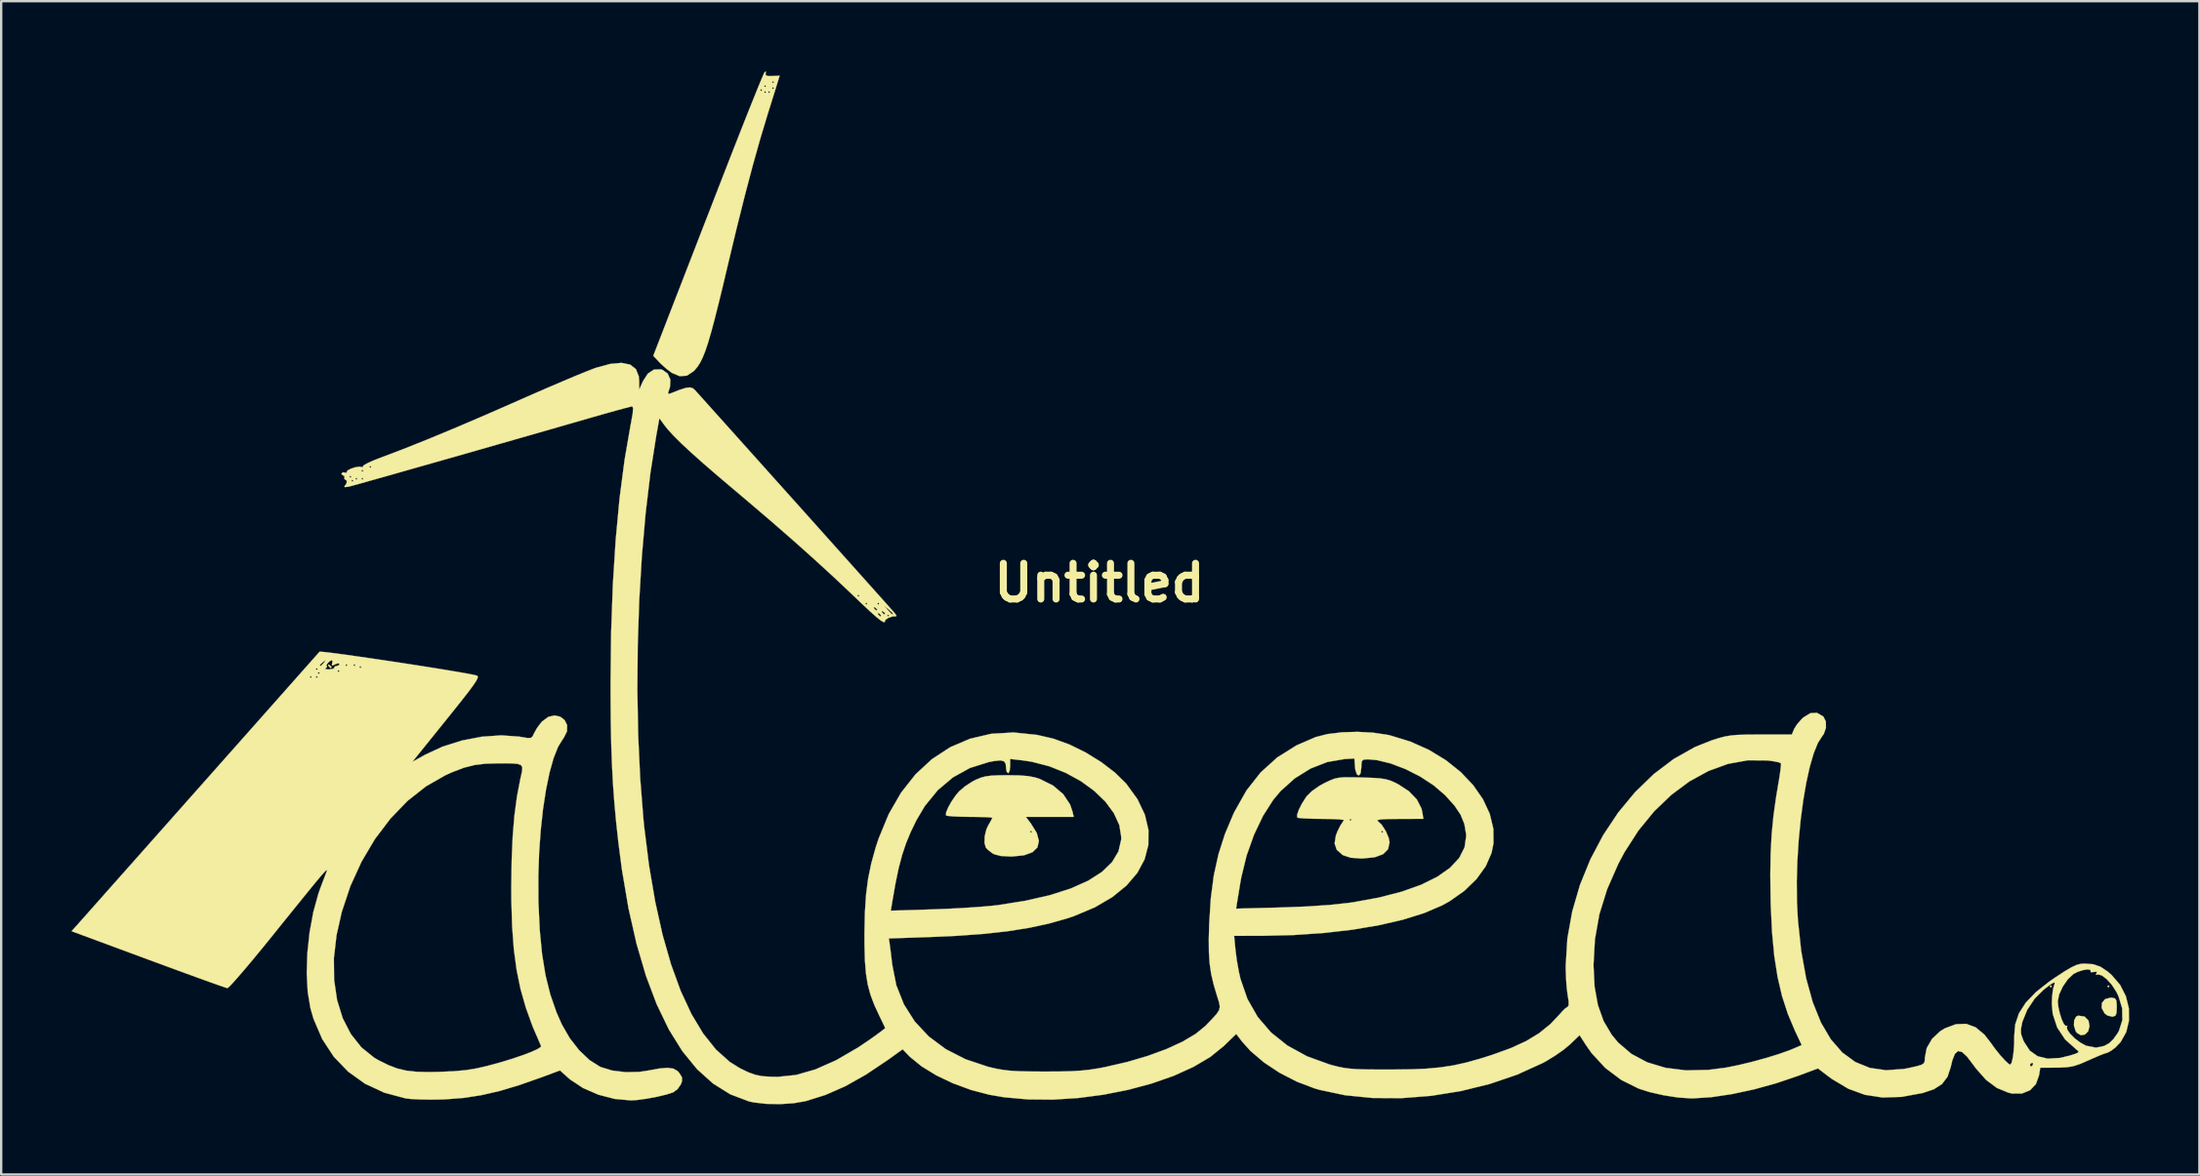
<source format=kicad_pcb>
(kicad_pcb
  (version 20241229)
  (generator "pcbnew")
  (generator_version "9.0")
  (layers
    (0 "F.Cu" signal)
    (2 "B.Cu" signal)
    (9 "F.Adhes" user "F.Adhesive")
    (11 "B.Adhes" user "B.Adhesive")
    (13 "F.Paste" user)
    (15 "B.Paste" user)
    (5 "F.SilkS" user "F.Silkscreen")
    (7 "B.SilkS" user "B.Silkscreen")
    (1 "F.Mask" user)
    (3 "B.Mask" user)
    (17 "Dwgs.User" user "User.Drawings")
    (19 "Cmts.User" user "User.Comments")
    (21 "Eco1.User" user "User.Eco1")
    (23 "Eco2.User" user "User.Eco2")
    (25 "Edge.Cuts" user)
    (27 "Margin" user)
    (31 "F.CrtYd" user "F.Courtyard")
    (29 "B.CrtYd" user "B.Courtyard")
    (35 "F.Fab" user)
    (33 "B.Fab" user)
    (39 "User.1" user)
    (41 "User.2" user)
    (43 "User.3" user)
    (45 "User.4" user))
  (footprint "Untitled"
    (layer "F.Cu")
    (at 43.865 21.835)
    (property "Reference" "Untitled" (at 0 0 0) (layer "F.SilkS") (effects (font (size 1.524 1.524) (thickness 0.3))))
    (attr through_hole)
    (fp_poly (pts (xy 40.64 17.23) (xy 40.598 17.272) (xy 40.555 17.23) (xy 40.598 17.187) (xy 40.64 17.23)) (stroke (width 0.01) (type solid)) (fill yes) (layer "F.SilkS"))
    (fp_poly (pts (xy 43.095 17.23) (xy 43.053 17.272) (xy 43.011 17.23) (xy 43.053 17.187) (xy 43.095 17.23)) (stroke (width 0.01) (type solid)) (fill yes) (layer "F.SilkS"))
    (fp_poly (pts (xy -32.864 3.506) (xy -32.774 3.584) (xy -32.766 3.603) (xy -32.806 3.638) (xy -32.89 3.56) (xy -32.901 3.543) (xy -32.911 3.485) (xy -32.864 3.506)) (stroke (width 0.01) (type solid)) (fill yes) (layer "F.SilkS"))
    (fp_poly (pts (xy 42.043 18.521) (xy 42.206 18.69) (xy 42.249 18.917) (xy 42.192 19.148) (xy 42.051 19.286) (xy 41.874 19.313) (xy 41.708 19.212) (xy 41.657 19.137) (xy 41.584 18.904) (xy 41.594 18.679) (xy 41.677 18.521) (xy 41.771 18.478) (xy 42.043 18.521)) (stroke (width 0.01) (type solid)) (fill yes) (layer "F.SilkS"))
    (fp_poly (pts (xy 43.199 17.713) (xy 43.329 17.74) (xy 43.392 17.826) (xy 43.411 18.016) (xy 43.411 18.119) (xy 43.401 18.36) (xy 43.356 18.478) (xy 43.254 18.519) (xy 43.222 18.523) (xy 43.019 18.475) (xy 42.895 18.385) (xy 42.766 18.151) (xy 42.779 17.933) (xy 42.915 17.772) (xy 43.155 17.711) (xy 43.199 17.713)) (stroke (width 0.01) (type solid)) (fill yes) (layer "F.SilkS"))
    (fp_poly (pts (xy -3.424 8.221) (xy -3.055 8.249) (xy -2.764 8.303) (xy -2.536 8.376) (xy -1.976 8.657) (xy -1.545 9.023) (xy -1.255 9.459) (xy -1.152 9.758) (xy -1.097 9.991) (xy -3.141 9.991) (xy -2.926 10.273) (xy -2.676 10.676) (xy -2.583 11.018) (xy -2.645 11.295) (xy -2.857 11.501) (xy -3.217 11.632) (xy -3.723 11.683) (xy -3.787 11.684) (xy -4.2 11.662) (xy -4.48 11.592) (xy -4.574 11.541) (xy -4.747 11.408) (xy -4.846 11.308) (xy -4.905 11.105) (xy -4.895 10.82) (xy -4.848 10.626) (xy -2.963 10.626) (xy -2.921 10.668) (xy -2.879 10.626) (xy -2.921 10.583) (xy -2.963 10.626) (xy -4.848 10.626) (xy -4.823 10.523) (xy -4.741 10.348) (xy -4.632 10.16) (xy -4.575 10.043) (xy -4.572 10.031) (xy -4.651 10.015) (xy -4.866 10.002) (xy -5.183 9.994) (xy -5.541 9.991) (xy -5.928 9.985) (xy -6.249 9.971) (xy -6.468 9.95) (xy -6.549 9.927) (xy -6.541 9.801) (xy -6.453 9.587) (xy -6.309 9.33) (xy -6.132 9.073) (xy -5.988 8.903) (xy -5.743 8.693) (xy -5.436 8.491) (xy -5.292 8.415) (xy -5.077 8.324) (xy -4.866 8.265) (xy -4.611 8.231) (xy -4.267 8.216) (xy -3.917 8.213) (xy -3.424 8.221)) (stroke (width 0.01) (type solid)) (fill yes) (layer "F.SilkS"))
    (fp_poly (pts (xy 11.195 8.311) (xy 11.647 8.326) (xy 11.972 8.348) (xy 12.214 8.385) (xy 12.416 8.443) (xy 12.619 8.532) (xy 12.741 8.594) (xy 13.204 8.895) (xy 13.545 9.249) (xy 13.742 9.634) (xy 13.772 9.764) (xy 13.823 10.075) (xy 12.775 10.078) (xy 12.31 10.084) (xy 12.009 10.1) (xy 11.865 10.127) (xy 11.868 10.163) (xy 12.051 10.336) (xy 12.223 10.605) (xy 12.345 10.896) (xy 12.38 11.083) (xy 12.315 11.375) (xy 12.102 11.586) (xy 11.741 11.717) (xy 11.23 11.768) (xy 11.149 11.768) (xy 10.722 11.736) (xy 10.412 11.635) (xy 10.362 11.607) (xy 10.125 11.396) (xy 10.035 11.13) (xy 10.088 10.791) (xy 10.152 10.626) (xy 12.023 10.626) (xy 12.065 10.668) (xy 12.107 10.626) (xy 12.065 10.583) (xy 12.023 10.626) (xy 10.152 10.626) (xy 10.161 10.604) (xy 10.281 10.363) (xy 10.393 10.189) (xy 10.438 10.143) (xy 10.4 10.118) (xy 10.396 10.118) (xy 10.668 10.118) (xy 10.71 10.16) (xy 10.753 10.118) (xy 10.71 10.075) (xy 10.668 10.118) (xy 10.396 10.118) (xy 10.221 10.097) (xy 9.929 10.083) (xy 9.552 10.077) (xy 9.518 10.077) (xy 9.118 10.072) (xy 8.782 10.06) (xy 8.545 10.043) (xy 8.442 10.023) (xy 8.442 10.022) (xy 8.434 9.907) (xy 8.505 9.698) (xy 8.634 9.438) (xy 8.802 9.171) (xy 8.853 9.102) (xy 9.069 8.89) (xy 9.381 8.671) (xy 9.61 8.545) (xy 9.838 8.436) (xy 10.026 8.363) (xy 10.215 8.321) (xy 10.449 8.302) (xy 10.769 8.301) (xy 11.195 8.311)) (stroke (width 0.01) (type solid)) (fill yes) (layer "F.SilkS"))
    (fp_poly (pts (xy -14.245 -21.755) (xy -14.241 -21.67) (xy -14.128 -21.637) (xy -13.968 -21.638) (xy -13.646 -21.652) (xy -13.754 -21.304) (xy -13.822 -21.082) (xy -13.927 -20.747) (xy -14.052 -20.346) (xy -14.166 -19.981) (xy -14.475 -18.955) (xy -14.796 -17.811) (xy -15.132 -16.536) (xy -15.487 -15.118) (xy -15.833 -13.674) (xy -16.059 -12.718) (xy -16.255 -11.913) (xy -16.424 -11.244) (xy -16.571 -10.695) (xy -16.701 -10.251) (xy -16.819 -9.898) (xy -16.93 -9.62) (xy -17.038 -9.402) (xy -17.149 -9.23) (xy -17.266 -9.088) (xy -17.315 -9.038) (xy -17.599 -8.848) (xy -17.906 -8.823) (xy -18.244 -8.964) (xy -18.246 -8.965) (xy -18.468 -9.131) (xy -18.709 -9.348) (xy -18.769 -9.409) (xy -19.038 -9.694) (xy -18.53 -11.007) (xy -18.404 -11.332) (xy -18.224 -11.796) (xy -17.998 -12.379) (xy -17.733 -13.062) (xy -17.437 -13.825) (xy -17.117 -14.651) (xy -16.781 -15.518) (xy -16.435 -16.408) (xy -16.199 -17.018) (xy -15.869 -17.866) (xy -15.555 -18.669) (xy -15.264 -19.41) (xy -15 -20.077) (xy -14.768 -20.656) (xy -14.647 -20.955) (xy -14.309 -20.955) (xy -14.266 -20.913) (xy -14.224 -20.955) (xy -14.139 -20.955) (xy -14.097 -20.913) (xy -14.055 -20.955) (xy -14.097 -20.997) (xy -14.139 -20.955) (xy -14.224 -20.955) (xy -14.266 -20.997) (xy -14.309 -20.955) (xy -14.647 -20.955) (xy -14.613 -21.04) (xy -14.478 -21.04) (xy -14.436 -20.997) (xy -14.393 -21.04) (xy -14.436 -21.082) (xy -14.478 -21.04) (xy -14.613 -21.04) (xy -14.579 -21.124) (xy -13.97 -21.124) (xy -13.928 -21.082) (xy -13.885 -21.124) (xy -13.928 -21.167) (xy -13.97 -21.124) (xy -14.579 -21.124) (xy -14.576 -21.131) (xy -14.544 -21.209) (xy -14.309 -21.209) (xy -14.266 -21.167) (xy -14.224 -21.209) (xy -14.266 -21.251) (xy -14.309 -21.209) (xy -14.544 -21.209) (xy -14.474 -21.378) (xy -13.97 -21.378) (xy -13.928 -21.336) (xy -13.885 -21.378) (xy -13.928 -21.421) (xy -13.97 -21.378) (xy -14.474 -21.378) (xy -14.428 -21.49) (xy -14.33 -21.719) (xy -14.288 -21.802) (xy -14.23 -21.83) (xy -14.245 -21.755)) (stroke (width 0.01) (type solid)) (fill yes) (layer "F.SilkS"))
    (fp_poly (pts (xy -33.188 2.942) (xy -32.951 2.967) (xy -32.591 3.012) (xy -32.129 3.074) (xy -31.588 3.151) (xy -30.988 3.238) (xy -30.351 3.333) (xy -29.7 3.431) (xy -29.056 3.531) (xy -28.441 3.628) (xy -27.877 3.72) (xy -27.385 3.802) (xy -26.988 3.872) (xy -26.706 3.926) (xy -26.562 3.961) (xy -26.558 3.963) (xy -26.526 3.998) (xy -26.537 4.072) (xy -26.602 4.198) (xy -26.731 4.39) (xy -26.933 4.662) (xy -27.219 5.028) (xy -27.597 5.503) (xy -27.863 5.834) (xy -29.321 7.643) (xy -28.779 7.341) (xy -28.03 6.993) (xy -27.208 6.733) (xy -26.359 6.57) (xy -25.529 6.511) (xy -24.762 6.565) (xy -24.664 6.582) (xy -24.407 6.625) (xy -24.265 6.621) (xy -24.186 6.553) (xy -24.123 6.419) (xy -23.995 6.19) (xy -23.814 5.952) (xy -23.788 5.923) (xy -23.519 5.723) (xy -23.25 5.661) (xy -23.008 5.715) (xy -22.82 5.861) (xy -22.715 6.076) (xy -22.72 6.338) (xy -22.862 6.624) (xy -22.894 6.664) (xy -23.102 7.001) (xy -23.294 7.488) (xy -23.467 8.106) (xy -23.617 8.836) (xy -23.743 9.658) (xy -23.841 10.555) (xy -23.909 11.508) (xy -23.943 12.496) (xy -23.941 13.502) (xy -23.938 13.659) (xy -23.884 14.822) (xy -23.785 15.845) (xy -23.637 16.754) (xy -23.434 17.573) (xy -23.173 18.328) (xy -22.939 18.857) (xy -22.603 19.441) (xy -22.2 19.958) (xy -21.76 20.375) (xy -21.312 20.659) (xy -21.279 20.674) (xy -20.793 20.822) (xy -20.22 20.892) (xy -19.625 20.879) (xy -19.262 20.824) (xy -18.782 20.736) (xy -18.433 20.707) (xy -18.186 20.74) (xy -18.01 20.837) (xy -17.926 20.928) (xy -17.815 21.111) (xy -17.811 21.272) (xy -17.859 21.408) (xy -18.004 21.618) (xy -18.189 21.753) (xy -18.488 21.849) (xy -18.888 21.944) (xy -19.324 22.025) (xy -19.729 22.08) (xy -19.991 22.097) (xy -20.686 22.034) (xy -21.383 21.853) (xy -22.032 21.571) (xy -22.583 21.207) (xy -22.675 21.128) (xy -23.019 20.817) (xy -23.808 21.111) (xy -24.755 21.444) (xy -25.599 21.696) (xy -26.378 21.875) (xy -27.133 21.991) (xy -27.903 22.051) (xy -28.109 22.059) (xy -28.565 22.064) (xy -29.005 22.056) (xy -29.377 22.037) (xy -29.612 22.01) (xy -30.523 21.766) (xy -31.342 21.383) (xy -32.061 20.868) (xy -32.673 20.23) (xy -33.167 19.476) (xy -33.536 18.615) (xy -33.668 18.159) (xy -33.784 17.465) (xy -33.826 16.664) (xy -33.806 16.027) (xy -32.668 16.027) (xy -32.658 16.952) (xy -32.532 17.809) (xy -32.293 18.584) (xy -31.945 19.262) (xy -31.495 19.831) (xy -30.946 20.275) (xy -30.752 20.388) (xy -30.34 20.592) (xy -29.962 20.735) (xy -29.576 20.827) (xy -29.137 20.875) (xy -28.604 20.887) (xy -28.152 20.878) (xy -27.542 20.852) (xy -27.04 20.806) (xy -26.588 20.733) (xy -26.126 20.627) (xy -26.12 20.625) (xy -25.587 20.48) (xy -25.083 20.327) (xy -24.633 20.175) (xy -24.261 20.035) (xy -23.989 19.913) (xy -23.843 19.82) (xy -23.826 19.779) (xy -24.185 18.944) (xy -24.475 18.142) (xy -24.703 17.342) (xy -24.872 16.514) (xy -24.99 15.627) (xy -25.062 14.649) (xy -25.094 13.55) (xy -25.097 12.996) (xy -25.081 11.839) (xy -25.037 10.823) (xy -24.962 9.922) (xy -24.853 9.111) (xy -24.709 8.363) (xy -24.69 8.28) (xy -24.637 8.042) (xy -24.626 7.881) (xy -24.682 7.781) (xy -24.827 7.729) (xy -25.086 7.708) (xy -25.484 7.705) (xy -25.623 7.705) (xy -26.198 7.721) (xy -26.678 7.78) (xy -27.13 7.896) (xy -27.621 8.085) (xy -27.898 8.209) (xy -28.737 8.687) (xy -29.528 9.312) (xy -30.257 10.069) (xy -30.915 10.938) (xy -31.487 11.903) (xy -31.964 12.948) (xy -32.332 14.053) (xy -32.555 15.046) (xy -32.668 16.027) (xy -33.806 16.027) (xy -33.798 15.8) (xy -33.703 14.917) (xy -33.545 14.058) (xy -33.327 13.266) (xy -33.231 12.996) (xy -33.119 12.702) (xy -33.024 12.45) (xy -32.975 12.319) (xy -32.962 12.271) (xy -32.975 12.26) (xy -33.021 12.296) (xy -33.109 12.389) (xy -33.248 12.549) (xy -33.446 12.786) (xy -33.711 13.11) (xy -34.053 13.531) (xy -34.48 14.059) (xy -35 14.704) (xy -35.292 15.068) (xy -35.722 15.598) (xy -36.122 16.083) (xy -36.479 16.508) (xy -36.78 16.857) (xy -37.011 17.116) (xy -37.161 17.268) (xy -37.212 17.304) (xy -37.314 17.273) (xy -37.557 17.189) (xy -37.924 17.059) (xy -38.398 16.888) (xy -38.961 16.683) (xy -39.596 16.451) (xy -40.286 16.196) (xy -40.593 16.083) (xy -43.86 14.873) (xy -43.702 14.697) (xy -43.63 14.616) (xy -43.456 14.42) (xy -43.189 14.119) (xy -42.839 13.724) (xy -42.415 13.246) (xy -41.927 12.696) (xy -41.386 12.086) (xy -40.8 11.425) (xy -40.179 10.725) (xy -39.533 9.996) (xy -38.872 9.251) (xy -38.205 8.499) (xy -37.543 7.752) (xy -36.894 7.021) (xy -36.269 6.316) (xy -35.677 5.648) (xy -35.128 5.029) (xy -34.632 4.469) (xy -34.235 4.022) (xy -33.697 4.022) (xy -33.655 4.064) (xy -33.613 4.022) (xy -33.443 4.022) (xy -33.401 4.064) (xy -33.359 4.022) (xy -33.401 3.979) (xy -33.443 4.022) (xy -33.613 4.022) (xy -33.655 3.979) (xy -33.697 4.022) (xy -34.235 4.022) (xy -34.199 3.98) (xy -34.085 3.852) (xy -33.359 3.852) (xy -33.316 3.895) (xy -33.274 3.852) (xy -33.316 3.81) (xy -33.359 3.852) (xy -34.085 3.852) (xy -34.01 3.768) (xy -32.512 3.768) (xy -32.47 3.81) (xy -32.427 3.768) (xy -32.47 3.725) (xy -32.512 3.768) (xy -34.01 3.768) (xy -33.935 3.683) (xy -33.443 3.683) (xy -33.401 3.725) (xy -33.359 3.683) (xy -33.041 3.683) (xy -32.912 3.697) (xy -32.869 3.696) (xy -32.702 3.671) (xy -32.65 3.624) (xy -32.651 3.621) (xy -32.639 3.598) (xy -31.581 3.598) (xy -31.538 3.641) (xy -31.496 3.598) (xy -31.538 3.556) (xy -31.581 3.598) (xy -32.639 3.598) (xy -32.621 3.565) (xy -32.559 3.556) (xy -32.452 3.514) (xy -32.173 3.514) (xy -32.131 3.556) (xy -32.089 3.514) (xy -31.835 3.514) (xy -31.792 3.556) (xy -31.75 3.514) (xy -31.792 3.471) (xy -31.835 3.514) (xy -32.089 3.514) (xy -32.131 3.471) (xy -32.173 3.514) (xy -32.452 3.514) (xy -32.444 3.51) (xy -32.427 3.468) (xy -32.487 3.429) (xy -32.61 3.478) (xy -32.738 3.534) (xy -32.756 3.488) (xy -32.739 3.439) (xy -32.728 3.324) (xy -32.758 3.302) (xy -32.851 3.347) (xy -32.945 3.443) (xy -32.991 3.531) (xy -32.967 3.557) (xy -32.959 3.593) (xy -33.01 3.633) (xy -33.041 3.683) (xy -33.359 3.683) (xy -33.359 3.683) (xy -33.401 3.641) (xy -33.443 3.683) (xy -33.935 3.683) (xy -33.837 3.572) (xy -33.794 3.524) (xy -33.274 3.524) (xy -33.233 3.549) (xy -33.12 3.441) (xy -33.094 3.408) (xy -33.021 3.308) (xy -33.064 3.329) (xy -33.126 3.376) (xy -33.243 3.48) (xy -33.274 3.524) (xy -33.794 3.524) (xy -33.557 3.256) (xy -33.369 3.043) (xy -33.281 2.945) (xy -33.279 2.942) (xy -33.188 2.942)) (stroke (width 0.01) (type solid)) (fill yes) (layer "F.SilkS"))
    (fp_poly (pts (xy -20.026 -9.318) (xy -19.781 -9.127) (xy -19.657 -8.818) (xy -19.641 -8.619) (xy -19.639 -8.255) (xy -19.476 -8.615) (xy -19.268 -8.936) (xy -19.011 -9.105) (xy -18.717 -9.115) (xy -18.646 -9.094) (xy -18.423 -8.935) (xy -18.31 -8.68) (xy -18.324 -8.372) (xy -18.351 -8.287) (xy -18.407 -8.116) (xy -18.387 -8.064) (xy -18.305 -8.087) (xy -17.918 -8.239) (xy -17.653 -8.323) (xy -17.475 -8.345) (xy -17.353 -8.31) (xy -17.275 -8.245) (xy -17.196 -8.159) (xy -17.016 -7.959) (xy -16.745 -7.657) (xy -16.394 -7.265) (xy -15.973 -6.797) (xy -15.494 -6.262) (xy -14.968 -5.675) (xy -14.405 -5.047) (xy -13.817 -4.39) (xy -13.213 -3.716) (xy -12.606 -3.038) (xy -12.006 -2.368) (xy -11.425 -1.718) (xy -10.872 -1.1) (xy -10.358 -0.526) (xy -9.896 -0.009) (xy -9.495 0.44) (xy -9.167 0.807) (xy -8.923 1.082) (xy -8.772 1.251) (xy -8.731 1.297) (xy -8.66 1.404) (xy -8.681 1.429) (xy -8.831 1.435) (xy -9.006 1.495) (xy -9.128 1.578) (xy -9.144 1.614) (xy -9.162 1.674) (xy -9.223 1.672) (xy -9.343 1.6) (xy -9.533 1.445) (xy -9.702 1.294) (xy -9.469 1.294) (xy -9.448 1.342) (xy -9.363 1.432) (xy -9.314 1.414) (xy -9.313 1.402) (xy -9.318 1.397) (xy -9.059 1.397) (xy -9.017 1.439) (xy -8.975 1.397) (xy -9.017 1.355) (xy -9.059 1.397) (xy -9.318 1.397) (xy -9.373 1.33) (xy -9.411 1.304) (xy -9.469 1.294) (xy -9.702 1.294) (xy -9.796 1.21) (xy -9.3 1.21) (xy -9.279 1.257) (xy -9.194 1.348) (xy -9.145 1.329) (xy -9.144 1.317) (xy -9.204 1.246) (xy -9.242 1.22) (xy -9.3 1.21) (xy -9.796 1.21) (xy -9.808 1.199) (xy -9.977 1.04) (xy -9.638 1.04) (xy -9.618 1.088) (xy -9.533 1.178) (xy -9.483 1.16) (xy -9.483 1.148) (xy -9.543 1.076) (xy -9.58 1.05) (xy -9.638 1.04) (xy -9.977 1.04) (xy -10.048 0.974) (xy -9.186 0.974) (xy -9.025 1.164) (xy -8.875 1.324) (xy -8.81 1.347) (xy -8.805 1.325) (xy -8.862 1.256) (xy -8.996 1.135) (xy -9.186 0.974) (xy -10.048 0.974) (xy -10.139 0.889) (xy -9.991 0.889) (xy -9.948 0.931) (xy -9.906 0.889) (xy -9.483 0.889) (xy -9.44 0.931) (xy -9.398 0.889) (xy -9.44 0.847) (xy -9.483 0.889) (xy -9.906 0.889) (xy -9.948 0.847) (xy -9.991 0.889) (xy -10.139 0.889) (xy -10.181 0.85) (xy -10.472 0.572) (xy -10.495 0.55) (xy -10.329 0.55) (xy -10.287 0.593) (xy -10.245 0.55) (xy -10.287 0.508) (xy -10.329 0.55) (xy -10.495 0.55) (xy -11.295 -0.206) (xy -12.138 -0.98) (xy -13.027 -1.775) (xy -13.989 -2.614) (xy -15.05 -3.52) (xy -15.494 -3.895) (xy -16.26 -4.544) (xy -16.901 -5.098) (xy -17.428 -5.568) (xy -17.851 -5.961) (xy -18.178 -6.287) (xy -18.421 -6.554) (xy -18.545 -6.71) (xy -18.778 -7.028) (xy -18.911 -6.287) (xy -19.161 -4.696) (xy -19.366 -2.974) (xy -19.525 -1.152) (xy -19.638 0.737) (xy -19.702 2.66) (xy -19.718 4.586) (xy -19.684 6.483) (xy -19.599 8.318) (xy -19.462 10.059) (xy -19.427 10.414) (xy -19.218 12.079) (xy -18.956 13.617) (xy -18.643 15.023) (xy -18.28 16.293) (xy -17.869 17.423) (xy -17.411 18.407) (xy -16.909 19.243) (xy -16.365 19.925) (xy -15.779 20.45) (xy -15.351 20.718) (xy -14.993 20.893) (xy -14.69 21.004) (xy -14.38 21.065) (xy -14.001 21.088) (xy -13.707 21.091) (xy -12.944 21.011) (xy -12.121 20.775) (xy -11.24 20.384) (xy -10.302 19.84) (xy -9.807 19.506) (xy -9.523 19.303) (xy -9.299 19.138) (xy -9.167 19.034) (xy -9.144 19.011) (xy -9.179 18.927) (xy -9.27 18.733) (xy -9.396 18.475) (xy -9.608 18.018) (xy -9.769 17.59) (xy -9.885 17.158) (xy -9.962 16.684) (xy -10.007 16.135) (xy -10.025 15.474) (xy -10.027 14.986) (xy -10.009 14.091) (xy -10.003 13.997) (xy -8.903 13.997) (xy -7.097 13.941) (xy -6.487 13.917) (xy -5.864 13.885) (xy -5.275 13.847) (xy -4.764 13.806) (xy -4.375 13.766) (xy -4.36 13.764) (xy -3.172 13.576) (xy -2.129 13.339) (xy -1.234 13.054) (xy -0.489 12.722) (xy 0.102 12.346) (xy 0.537 11.926) (xy 0.813 11.465) (xy 0.928 10.963) (xy 0.931 10.857) (xy 0.85 10.345) (xy 0.618 9.836) (xy 0.255 9.343) (xy -0.222 8.882) (xy -0.793 8.466) (xy -1.44 8.111) (xy -2.145 7.83) (xy -2.888 7.638) (xy -3.281 7.579) (xy -3.81 7.519) (xy -3.81 7.823) (xy -3.831 8.022) (xy -3.882 8.124) (xy -3.895 8.128) (xy -3.961 8.056) (xy -3.981 7.938) (xy -3.999 7.733) (xy -4.071 7.618) (xy -4.227 7.58) (xy -4.498 7.609) (xy -4.729 7.654) (xy -5.525 7.904) (xy -6.25 8.305) (xy -6.895 8.848) (xy -7.45 9.527) (xy -7.809 10.132) (xy -8.053 10.637) (xy -8.253 11.121) (xy -8.421 11.623) (xy -8.568 12.18) (xy -8.703 12.829) (xy -8.839 13.606) (xy -8.849 13.666) (xy -8.903 13.997) (xy -10.003 13.997) (xy -9.959 13.319) (xy -9.87 12.626) (xy -9.734 11.967) (xy -9.547 11.297) (xy -9.424 10.922) (xy -8.993 9.876) (xy -8.464 8.958) (xy -7.845 8.173) (xy -7.143 7.524) (xy -6.367 7.017) (xy -5.523 6.656) (xy -4.62 6.445) (xy -3.665 6.388) (xy -2.667 6.491) (xy -1.967 6.653) (xy -1.288 6.898) (xy -0.591 7.241) (xy 0.077 7.653) (xy 0.669 8.106) (xy 1.139 8.569) (xy 1.621 9.233) (xy 1.938 9.896) (xy 2.092 10.551) (xy 2.088 11.188) (xy 1.928 11.802) (xy 1.617 12.383) (xy 1.156 12.923) (xy 0.551 13.416) (xy -0.195 13.853) (xy -1.08 14.226) (xy -1.4 14.333) (xy -2.175 14.552) (xy -3.006 14.731) (xy -3.915 14.875) (xy -4.924 14.987) (xy -6.058 15.069) (xy -7.227 15.122) (xy -8.985 15.182) (xy -8.942 15.486) (xy -8.908 15.747) (xy -8.868 16.082) (xy -8.845 16.285) (xy -8.668 17.18) (xy -8.344 17.997) (xy -7.88 18.729) (xy -7.282 19.368) (xy -6.557 19.908) (xy -5.712 20.341) (xy -4.752 20.661) (xy -4.699 20.675) (xy -4.397 20.744) (xy -4.111 20.795) (xy -3.804 20.83) (xy -3.441 20.851) (xy -2.985 20.862) (xy -2.399 20.866) (xy -2.328 20.866) (xy -1.698 20.863) (xy -1.195 20.85) (xy -0.778 20.825) (xy -0.404 20.785) (xy -0.031 20.726) (xy 0.24 20.674) (xy 1.186 20.456) (xy 2.067 20.196) (xy 2.862 19.904) (xy 3.549 19.588) (xy 4.109 19.256) (xy 4.521 18.918) (xy 4.529 18.909) (xy 4.816 18.611) (xy 5.004 18.402) (xy 5.106 18.244) (xy 5.137 18.101) (xy 5.111 17.934) (xy 5.041 17.707) (xy 5.013 17.619) (xy 4.869 17.131) (xy 4.767 16.689) (xy 4.703 16.251) (xy 4.671 15.772) (xy 4.666 15.208) (xy 4.683 14.578) (xy 4.725 13.911) (xy 5.83 13.911) (xy 7.762 13.86) (xy 8.857 13.818) (xy 9.817 13.753) (xy 10.627 13.666) (xy 10.831 13.637) (xy 11.935 13.435) (xy 12.905 13.184) (xy 13.736 12.887) (xy 14.423 12.546) (xy 14.963 12.165) (xy 15.351 11.747) (xy 15.581 11.293) (xy 15.65 10.807) (xy 15.645 10.717) (xy 15.571 10.29) (xy 15.412 9.899) (xy 15.147 9.506) (xy 14.755 9.071) (xy 14.736 9.052) (xy 14.256 8.642) (xy 13.684 8.268) (xy 13.062 7.952) (xy 12.433 7.712) (xy 11.84 7.568) (xy 11.455 7.535) (xy 11.276 7.547) (xy 11.197 7.613) (xy 11.177 7.784) (xy 11.176 7.874) (xy 11.145 8.126) (xy 11.072 8.227) (xy 10.988 8.179) (xy 10.921 7.984) (xy 10.906 7.855) (xy 10.88 7.498) (xy 10.456 7.524) (xy 9.723 7.65) (xy 9.007 7.93) (xy 8.334 8.348) (xy 7.732 8.889) (xy 7.42 9.26) (xy 6.981 9.947) (xy 6.595 10.756) (xy 6.28 11.643) (xy 6.054 12.567) (xy 6.015 12.785) (xy 5.959 13.124) (xy 5.907 13.44) (xy 5.877 13.623) (xy 5.83 13.911) (xy 4.725 13.911) (xy 4.752 13.473) (xy 4.881 12.489) (xy 5.08 11.586) (xy 5.356 10.723) (xy 5.72 9.86) (xy 5.759 9.779) (xy 6.273 8.867) (xy 6.881 8.093) (xy 7.591 7.452) (xy 8.408 6.939) (xy 9.227 6.585) (xy 9.734 6.456) (xy 10.349 6.381) (xy 11.018 6.361) (xy 11.688 6.398) (xy 12.306 6.491) (xy 12.404 6.513) (xy 13.27 6.778) (xy 14.069 7.137) (xy 14.789 7.576) (xy 15.42 8.081) (xy 15.949 8.639) (xy 16.364 9.236) (xy 16.655 9.859) (xy 16.809 10.494) (xy 16.814 11.129) (xy 16.732 11.533) (xy 16.486 12.098) (xy 16.092 12.645) (xy 15.571 13.151) (xy 14.944 13.593) (xy 14.615 13.775) (xy 13.862 14.097) (xy 12.962 14.379) (xy 11.934 14.617) (xy 10.798 14.809) (xy 9.572 14.95) (xy 8.276 15.038) (xy 6.927 15.07) (xy 6.874 15.07) (xy 5.747 15.071) (xy 5.806 15.684) (xy 5.861 16.109) (xy 5.944 16.578) (xy 6.017 16.903) (xy 6.316 17.767) (xy 6.752 18.532) (xy 7.323 19.197) (xy 8.026 19.758) (xy 8.858 20.214) (xy 9.818 20.562) (xy 9.916 20.59) (xy 10.171 20.655) (xy 10.409 20.704) (xy 10.662 20.739) (xy 10.96 20.762) (xy 11.333 20.775) (xy 11.814 20.78) (xy 12.433 20.781) (xy 12.446 20.781) (xy 13.259 20.772) (xy 13.946 20.743) (xy 14.547 20.688) (xy 15.107 20.602) (xy 15.666 20.477) (xy 16.268 20.308) (xy 16.753 20.154) (xy 17.549 19.867) (xy 18.208 19.565) (xy 18.763 19.228) (xy 19.245 18.836) (xy 19.687 18.368) (xy 19.738 18.306) (xy 19.88 18.166) (xy 19.972 18.108) (xy 20.023 18.035) (xy 20.02 17.852) (xy 19.983 17.62) (xy 19.944 17.324) (xy 19.914 16.928) (xy 19.898 16.502) (xy 19.897 16.35) (xy 19.899 16.319) (xy 21.082 16.319) (xy 21.128 17.237) (xy 21.27 18.028) (xy 21.514 18.711) (xy 21.864 19.302) (xy 22.136 19.629) (xy 22.702 20.112) (xy 23.379 20.472) (xy 24.158 20.707) (xy 25.03 20.815) (xy 25.989 20.794) (xy 26.722 20.7) (xy 27.246 20.595) (xy 27.835 20.454) (xy 28.433 20.29) (xy 28.989 20.119) (xy 29.448 19.956) (xy 29.568 19.907) (xy 29.967 19.735) (xy 29.677 19.117) (xy 29.373 18.397) (xy 29.128 17.641) (xy 28.938 16.826) (xy 28.797 15.926) (xy 28.702 14.916) (xy 28.647 13.771) (xy 28.64 13.491) (xy 28.628 12.463) (xy 28.642 11.559) (xy 28.686 10.733) (xy 28.763 9.943) (xy 28.875 9.143) (xy 28.959 8.643) (xy 29.021 8.274) (xy 29.064 7.969) (xy 29.084 7.765) (xy 29.08 7.7) (xy 28.983 7.661) (xy 28.766 7.617) (xy 28.511 7.583) (xy 27.669 7.576) (xy 26.823 7.729) (xy 25.988 8.033) (xy 25.175 8.478) (xy 24.397 9.057) (xy 23.668 9.759) (xy 22.999 10.577) (xy 22.405 11.501) (xy 22.142 11.994) (xy 21.664 13.084) (xy 21.334 14.147) (xy 21.143 15.219) (xy 21.082 16.319) (xy 19.899 16.319) (xy 19.968 15.187) (xy 20.175 14.031) (xy 20.505 12.899) (xy 20.949 11.807) (xy 21.496 10.772) (xy 22.136 9.809) (xy 22.859 8.935) (xy 23.652 8.167) (xy 24.507 7.519) (xy 25.413 7.009) (xy 26.134 6.722) (xy 26.433 6.628) (xy 26.688 6.561) (xy 26.938 6.518) (xy 27.226 6.492) (xy 27.592 6.481) (xy 28.077 6.477) (xy 28.214 6.477) (xy 29.546 6.477) (xy 29.642 6.244) (xy 29.767 6.042) (xy 29.963 5.818) (xy 30.035 5.75) (xy 30.334 5.565) (xy 30.615 5.549) (xy 30.879 5.7) (xy 30.896 5.717) (xy 30.998 5.921) (xy 31.002 6.189) (xy 30.912 6.449) (xy 30.846 6.541) (xy 30.656 6.838) (xy 30.477 7.283) (xy 30.311 7.855) (xy 30.161 8.532) (xy 30.031 9.293) (xy 29.922 10.116) (xy 29.838 10.982) (xy 29.782 11.867) (xy 29.756 12.751) (xy 29.764 13.613) (xy 29.804 14.393) (xy 29.945 15.716) (xy 30.157 16.888) (xy 30.438 17.907) (xy 30.789 18.775) (xy 31.209 19.489) (xy 31.697 20.05) (xy 32.254 20.458) (xy 32.878 20.711) (xy 33.57 20.81) (xy 34.33 20.754) (xy 34.574 20.706) (xy 34.898 20.632) (xy 35.09 20.572) (xy 35.186 20.504) (xy 35.218 20.406) (xy 35.221 20.285) (xy 35.302 19.863) (xy 35.529 19.471) (xy 35.877 19.143) (xy 36.074 19.023) (xy 36.548 18.844) (xy 36.984 18.828) (xy 37.388 18.976) (xy 37.764 19.289) (xy 38.027 19.627) (xy 38.227 19.904) (xy 38.442 20.171) (xy 38.643 20.393) (xy 38.799 20.538) (xy 38.867 20.574) (xy 39.709 20.574) (xy 39.738 20.656) (xy 39.746 20.659) (xy 39.818 20.599) (xy 39.836 20.574) (xy 39.829 20.496) (xy 39.798 20.489) (xy 39.712 20.551) (xy 39.709 20.574) (xy 38.867 20.574) (xy 38.922 20.496) (xy 38.972 20.291) (xy 39.012 20.001) (xy 39.034 19.667) (xy 39.036 19.369) (xy 39.06 19.063) (xy 39.32 19.063) (xy 39.331 19.274) (xy 39.416 19.514) (xy 39.452 19.595) (xy 39.7 19.973) (xy 40.037 20.213) (xy 40.467 20.316) (xy 40.995 20.283) (xy 41.405 20.184) (xy 41.658 20.104) (xy 41.772 20.047) (xy 41.771 19.993) (xy 41.696 19.931) (xy 41.21 19.497) (xy 40.869 18.983) (xy 40.679 18.404) (xy 40.641 17.976) (xy 40.645 17.867) (xy 40.894 17.867) (xy 40.918 18.104) (xy 40.978 18.372) (xy 41.059 18.627) (xy 41.147 18.823) (xy 41.226 18.914) (xy 41.25 18.912) (xy 41.304 18.907) (xy 41.285 18.95) (xy 41.298 19.074) (xy 41.42 19.251) (xy 41.616 19.447) (xy 41.85 19.626) (xy 42.085 19.754) (xy 42.122 19.767) (xy 42.521 19.845) (xy 42.879 19.772) (xy 43.095 19.651) (xy 43.262 19.488) (xy 43.438 19.244) (xy 43.504 19.13) (xy 43.651 18.67) (xy 43.643 18.166) (xy 43.481 17.638) (xy 43.39 17.453) (xy 43.2 17.162) (xy 42.986 16.923) (xy 42.78 16.765) (xy 42.615 16.717) (xy 42.572 16.731) (xy 42.517 16.74) (xy 42.545 16.679) (xy 42.56 16.604) (xy 42.441 16.613) (xy 42.431 16.616) (xy 42.309 16.625) (xy 42.296 16.587) (xy 42.283 16.521) (xy 42.156 16.506) (xy 41.963 16.537) (xy 41.747 16.607) (xy 41.563 16.701) (xy 41.322 16.927) (xy 41.105 17.242) (xy 40.95 17.581) (xy 40.894 17.867) (xy 40.645 17.867) (xy 40.654 17.656) (xy 40.689 17.373) (xy 40.724 17.23) (xy 40.765 17.102) (xy 40.746 17.059) (xy 40.646 17.105) (xy 40.447 17.249) (xy 40.287 17.373) (xy 39.906 17.754) (xy 39.59 18.232) (xy 39.385 18.736) (xy 39.372 18.79) (xy 39.32 19.063) (xy 39.06 19.063) (xy 39.077 18.856) (xy 39.238 18.379) (xy 39.53 17.923) (xy 39.964 17.471) (xy 40.55 17.01) (xy 40.799 16.84) (xy 41.188 16.586) (xy 41.475 16.417) (xy 41.691 16.316) (xy 41.873 16.268) (xy 42.042 16.256) (xy 42.409 16.285) (xy 42.714 16.389) (xy 43.021 16.595) (xy 43.189 16.739) (xy 43.553 17.162) (xy 43.8 17.649) (xy 43.927 18.168) (xy 43.933 18.688) (xy 43.816 19.179) (xy 43.575 19.608) (xy 43.355 19.837) (xy 43.165 19.98) (xy 43.021 20.06) (xy 42.994 20.066) (xy 42.881 20.099) (xy 42.656 20.188) (xy 42.358 20.317) (xy 42.217 20.38) (xy 41.852 20.539) (xy 41.567 20.634) (xy 41.291 20.681) (xy 40.954 20.697) (xy 40.838 20.698) (xy 40.147 20.701) (xy 40.095 21.024) (xy 39.962 21.399) (xy 39.713 21.663) (xy 39.37 21.802) (xy 38.955 21.805) (xy 38.795 21.771) (xy 38.295 21.565) (xy 37.834 21.221) (xy 37.395 20.724) (xy 37.294 20.585) (xy 37.023 20.23) (xy 36.809 20.031) (xy 36.64 19.99) (xy 36.507 20.106) (xy 36.396 20.382) (xy 36.326 20.676) (xy 36.189 21.089) (xy 35.956 21.397) (xy 35.605 21.622) (xy 35.128 21.782) (xy 34.23 21.947) (xy 33.415 21.973) (xy 32.662 21.858) (xy 31.951 21.597) (xy 31.262 21.186) (xy 31.1 21.067) (xy 30.661 20.732) (xy 29.834 21.041) (xy 28.893 21.361) (xy 27.934 21.626) (xy 26.995 21.828) (xy 26.117 21.959) (xy 25.338 22.01) (xy 25.233 22.01) (xy 24.688 21.973) (xy 24.073 21.878) (xy 23.471 21.74) (xy 23.02 21.597) (xy 22.269 21.225) (xy 21.586 20.711) (xy 21.001 20.077) (xy 20.773 19.753) (xy 20.49 19.313) (xy 20.072 19.714) (xy 19.802 19.938) (xy 19.441 20.189) (xy 19.052 20.427) (xy 18.907 20.505) (xy 17.823 20.998) (xy 16.65 21.397) (xy 15.418 21.7) (xy 14.156 21.902) (xy 12.893 22.001) (xy 11.658 21.994) (xy 10.481 21.877) (xy 9.392 21.646) (xy 9.186 21.586) (xy 8.425 21.298) (xy 7.688 20.918) (xy 7.014 20.471) (xy 6.441 19.982) (xy 6.092 19.592) (xy 5.837 19.26) (xy 5.31 19.772) (xy 4.729 20.243) (xy 4.005 20.67) (xy 3.164 21.05) (xy 2.228 21.377) (xy 1.222 21.647) (xy 0.167 21.855) (xy -0.911 21.996) (xy -1.99 22.064) (xy -3.046 22.055) (xy -4.055 21.965) (xy -4.701 21.855) (xy -5.488 21.648) (xy -6.256 21.364) (xy -6.97 21.023) (xy -7.593 20.64) (xy -8.089 20.235) (xy -8.156 20.166) (xy -8.397 19.915) (xy -9.045 20.38) (xy -9.977 21.004) (xy -10.851 21.495) (xy -11.694 21.865) (xy -12.532 22.127) (xy -12.543 22.13) (xy -13.048 22.217) (xy -13.629 22.255) (xy -14.218 22.244) (xy -14.747 22.184) (xy -14.964 22.137) (xy -15.752 21.837) (xy -16.488 21.378) (xy -17.171 20.763) (xy -17.8 19.992) (xy -18.374 19.068) (xy -18.892 17.994) (xy -19.352 16.772) (xy -19.754 15.404) (xy -20.096 13.893) (xy -20.377 12.24) (xy -20.527 11.087) (xy -20.622 10.215) (xy -20.698 9.388) (xy -20.758 8.574) (xy -20.802 7.738) (xy -20.833 6.848) (xy -20.852 5.87) (xy -20.86 4.771) (xy -20.86 4.233) (xy -20.836 2.098) (xy -20.763 0.071) (xy -20.642 -1.837) (xy -20.476 -3.616) (xy -20.263 -5.253) (xy -20.006 -6.738) (xy -19.987 -6.836) (xy -19.917 -7.229) (xy -19.901 -7.462) (xy -19.936 -7.535) (xy -20.041 -7.513) (xy -20.283 -7.45) (xy -20.639 -7.353) (xy -21.082 -7.229) (xy -21.588 -7.085) (xy -21.803 -7.023) (xy -22.738 -6.753) (xy -23.698 -6.477) (xy -24.67 -6.198) (xy -25.64 -5.92) (xy -26.592 -5.647) (xy -27.513 -5.384) (xy -28.389 -5.135) (xy -29.204 -4.903) (xy -29.945 -4.692) (xy -30.598 -4.507) (xy -31.148 -4.352) (xy -31.58 -4.231) (xy -31.881 -4.148) (xy -32.035 -4.107) (xy -32.046 -4.105) (xy -32.195 -4.087) (xy -32.222 -4.114) (xy -32.216 -4.121) (xy -32.126 -4.246) (xy -32.118 -4.36) (xy -31.919 -4.36) (xy -31.877 -4.318) (xy -31.835 -4.36) (xy -31.877 -4.403) (xy -31.919 -4.36) (xy -32.118 -4.36) (xy -32.118 -4.363) (xy -32.178 -4.403) (xy -32.22 -4.445) (xy -31.75 -4.445) (xy -31.708 -4.403) (xy -31.665 -4.445) (xy -31.496 -4.445) (xy -31.454 -4.403) (xy -31.411 -4.445) (xy -31.454 -4.487) (xy -31.496 -4.445) (xy -31.665 -4.445) (xy -31.708 -4.487) (xy -31.75 -4.445) (xy -32.22 -4.445) (xy -32.229 -4.455) (xy -32.216 -4.487) (xy -32.219 -4.53) (xy -32.004 -4.53) (xy -31.962 -4.487) (xy -31.919 -4.53) (xy -31.962 -4.572) (xy -32.004 -4.53) (xy -32.219 -4.53) (xy -32.222 -4.565) (xy -32.253 -4.572) (xy -32.338 -4.637) (xy -32.343 -4.666) (xy -32.281 -4.721) (xy -32.211 -4.709) (xy -32.12 -4.698) (xy -32.122 -4.727) (xy -32.092 -4.784) (xy -31.496 -4.784) (xy -31.454 -4.741) (xy -31.411 -4.784) (xy -31.454 -4.826) (xy -31.496 -4.784) (xy -32.092 -4.784) (xy -32.086 -4.797) (xy -31.942 -4.873) (xy -31.751 -4.935) (xy -31.574 -4.962) (xy -31.483 -4.945) (xy -31.423 -4.934) (xy -31.43 -4.953) (xy -31.157 -4.953) (xy -31.115 -4.911) (xy -31.073 -4.953) (xy -31.115 -4.995) (xy -31.157 -4.953) (xy -31.43 -4.953) (xy -31.435 -4.965) (xy -31.383 -5.027) (xy -31.202 -5.126) (xy -30.923 -5.248) (xy -30.707 -5.331) (xy -29.743 -5.697) (xy -28.656 -6.131) (xy -27.44 -6.636) (xy -26.087 -7.216) (xy -24.699 -7.826) (xy -24.049 -8.112) (xy -23.419 -8.385) (xy -22.833 -8.635) (xy -22.317 -8.852) (xy -21.893 -9.026) (xy -21.586 -9.145) (xy -21.48 -9.183) (xy -20.876 -9.347) (xy -20.391 -9.392) (xy -20.026 -9.318)) (stroke (width 0.01) (type solid)) (fill yes) (layer "F.SilkS")))
  (gr_rect
    (start -3 -3)
    (end 90.803 47.095)
    (stroke (width 0.1) (type default))
    (fill no)
    (layer "Edge.Cuts")))
</source>
